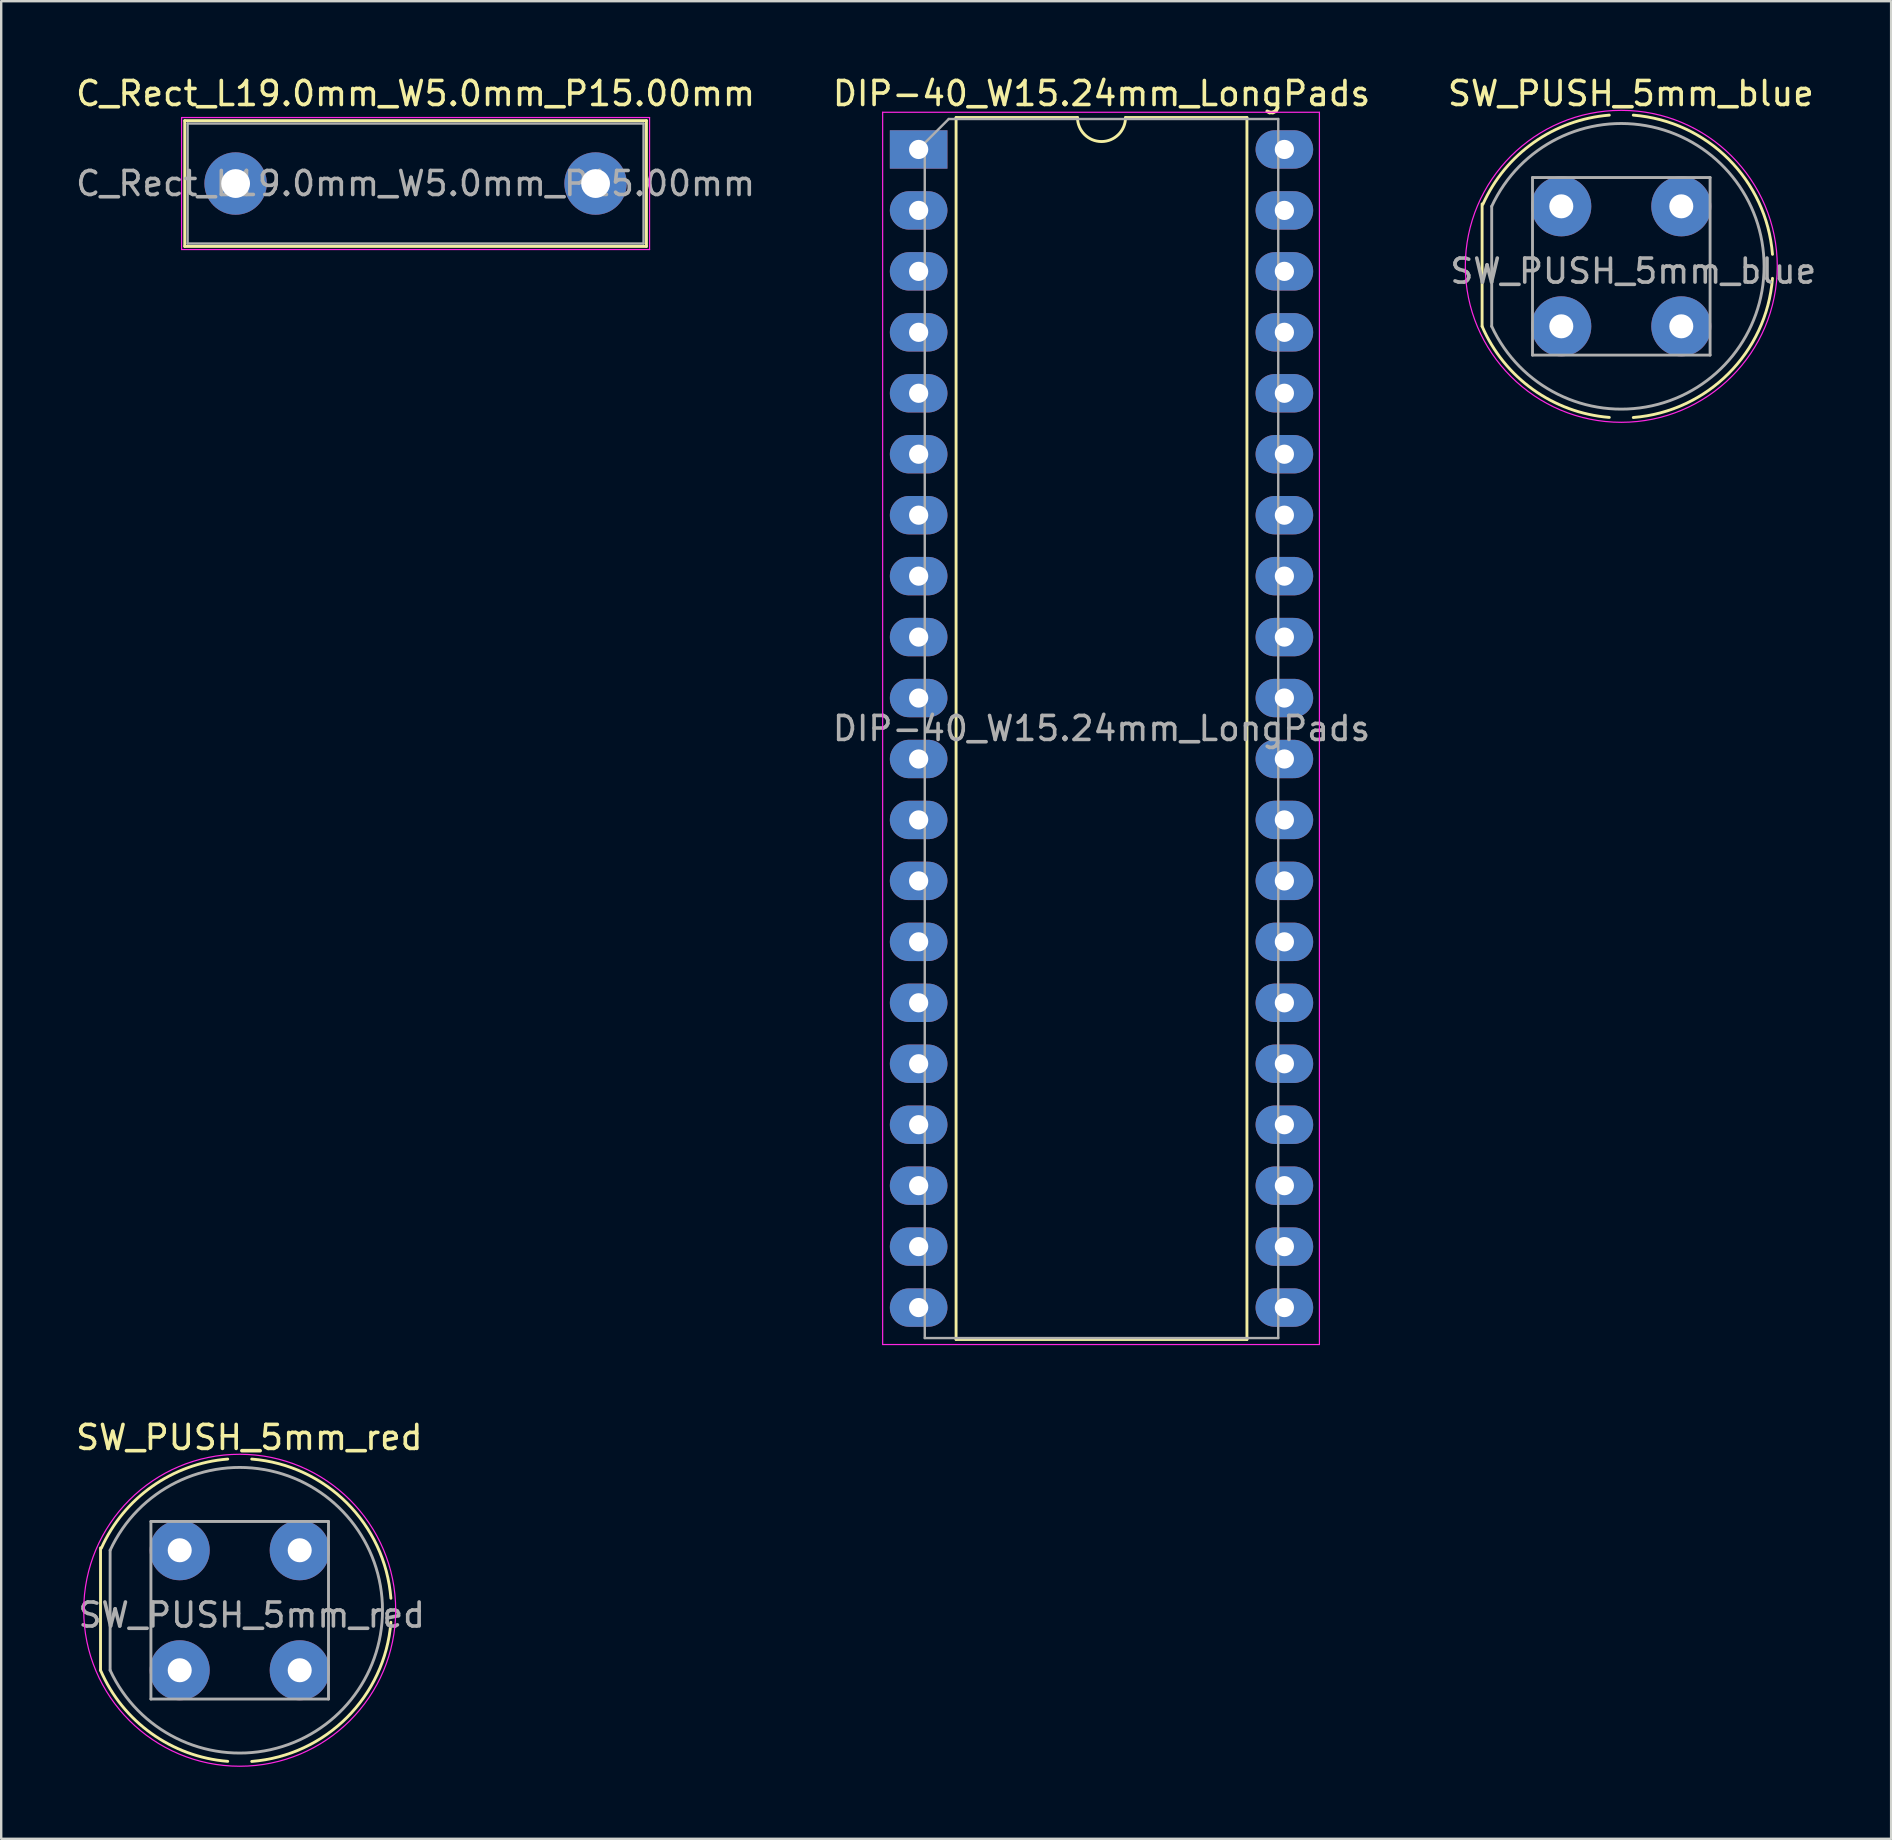
<source format=kicad_pcb>
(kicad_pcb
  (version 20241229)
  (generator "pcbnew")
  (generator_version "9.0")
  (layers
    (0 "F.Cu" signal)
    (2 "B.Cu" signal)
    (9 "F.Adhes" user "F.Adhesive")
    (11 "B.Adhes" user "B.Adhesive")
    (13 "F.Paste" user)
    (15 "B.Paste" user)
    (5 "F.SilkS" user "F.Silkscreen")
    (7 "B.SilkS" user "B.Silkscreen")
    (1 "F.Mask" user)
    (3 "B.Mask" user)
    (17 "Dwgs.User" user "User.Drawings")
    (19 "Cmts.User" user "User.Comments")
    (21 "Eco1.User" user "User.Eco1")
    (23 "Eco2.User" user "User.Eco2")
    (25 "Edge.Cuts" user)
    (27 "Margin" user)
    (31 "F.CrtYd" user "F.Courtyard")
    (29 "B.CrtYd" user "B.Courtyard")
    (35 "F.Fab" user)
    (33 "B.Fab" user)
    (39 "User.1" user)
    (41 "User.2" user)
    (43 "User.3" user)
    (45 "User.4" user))
  (footprint "DIP-40_W15.24mm_LongPads"
    (layer "F.Cu")
    (at 35.231 3.178)
    (property "Reference" "DIP-40_W15.24mm_LongPads" (at 7.62 -2.33 0) (layer "F.SilkS") (effects (font (size 1 1) (thickness 0.15))))
    (attr through_hole)
    (fp_line (start 1.56 -1.33) (end 1.56 49.59) (stroke (width 0.12) (type solid)) (layer "F.SilkS"))
    (fp_line (start 1.56 49.59) (end 13.68 49.59) (stroke (width 0.12) (type solid)) (layer "F.SilkS"))
    (fp_line (start 6.62 -1.33) (end 1.56 -1.33) (stroke (width 0.12) (type solid)) (layer "F.SilkS"))
    (fp_line (start 13.68 -1.33) (end 8.62 -1.33) (stroke (width 0.12) (type solid)) (layer "F.SilkS"))
    (fp_line (start 13.68 49.59) (end 13.68 -1.33) (stroke (width 0.12) (type solid)) (layer "F.SilkS"))
    (fp_arc (start 8.62 -1.33) (mid 7.62 -0.33) (end 6.62 -1.33) (stroke (width 0.12) (type solid)) (layer "F.SilkS"))
    (fp_line (start -1.5 -1.55) (end -1.5 49.8) (stroke (width 0.05) (type solid)) (layer "F.CrtYd"))
    (fp_line (start -1.5 49.8) (end 16.7 49.8) (stroke (width 0.05) (type solid)) (layer "F.CrtYd"))
    (fp_line (start 16.7 -1.55) (end -1.5 -1.55) (stroke (width 0.05) (type solid)) (layer "F.CrtYd"))
    (fp_line (start 16.7 49.8) (end 16.7 -1.55) (stroke (width 0.05) (type solid)) (layer "F.CrtYd"))
    (fp_line (start 0.255 -0.27) (end 1.255 -1.27) (stroke (width 0.1) (type solid)) (layer "F.Fab"))
    (fp_line (start 0.255 49.53) (end 0.255 -0.27) (stroke (width 0.1) (type solid)) (layer "F.Fab"))
    (fp_line (start 1.255 -1.27) (end 14.985 -1.27) (stroke (width 0.1) (type solid)) (layer "F.Fab"))
    (fp_line (start 14.985 -1.27) (end 14.985 49.53) (stroke (width 0.1) (type solid)) (layer "F.Fab"))
    (fp_line (start 14.985 49.53) (end 0.255 49.53) (stroke (width 0.1) (type solid)) (layer "F.Fab"))
    (fp_text user "${REFERENCE}" (at 7.62 24.13 0) (layer "F.Fab") (effects (font (size 1 1) (thickness 0.15))))
    (pad "1" thru_hole rect (at 0 0) (size 2.4 1.6) (drill 0.8) (layers "*.Cu" "*.Mask"))
    (pad "2" thru_hole oval (at 0 2.54) (size 2.4 1.6) (drill 0.8) (layers "*.Cu" "*.Mask"))
    (pad "3" thru_hole oval (at 0 5.08) (size 2.4 1.6) (drill 0.8) (layers "*.Cu" "*.Mask"))
    (pad "4" thru_hole oval (at 0 7.62) (size 2.4 1.6) (drill 0.8) (layers "*.Cu" "*.Mask"))
    (pad "5" thru_hole oval (at 0 10.16) (size 2.4 1.6) (drill 0.8) (layers "*.Cu" "*.Mask"))
    (pad "6" thru_hole oval (at 0 12.7) (size 2.4 1.6) (drill 0.8) (layers "*.Cu" "*.Mask"))
    (pad "7" thru_hole oval (at 0 15.24) (size 2.4 1.6) (drill 0.8) (layers "*.Cu" "*.Mask"))
    (pad "8" thru_hole oval (at 0 17.78) (size 2.4 1.6) (drill 0.8) (layers "*.Cu" "*.Mask"))
    (pad "9" thru_hole oval (at 0 20.32) (size 2.4 1.6) (drill 0.8) (layers "*.Cu" "*.Mask"))
    (pad "10" thru_hole oval (at 0 22.86) (size 2.4 1.6) (drill 0.8) (layers "*.Cu" "*.Mask"))
    (pad "11" thru_hole oval (at 0 25.4) (size 2.4 1.6) (drill 0.8) (layers "*.Cu" "*.Mask"))
    (pad "12" thru_hole oval (at 0 27.94) (size 2.4 1.6) (drill 0.8) (layers "*.Cu" "*.Mask"))
    (pad "13" thru_hole oval (at 0 30.48) (size 2.4 1.6) (drill 0.8) (layers "*.Cu" "*.Mask"))
    (pad "14" thru_hole oval (at 0 33.02) (size 2.4 1.6) (drill 0.8) (layers "*.Cu" "*.Mask"))
    (pad "15" thru_hole oval (at 0 35.56) (size 2.4 1.6) (drill 0.8) (layers "*.Cu" "*.Mask"))
    (pad "16" thru_hole oval (at 0 38.1) (size 2.4 1.6) (drill 0.8) (layers "*.Cu" "*.Mask"))
    (pad "17" thru_hole oval (at 0 40.64) (size 2.4 1.6) (drill 0.8) (layers "*.Cu" "*.Mask"))
    (pad "18" thru_hole oval (at 0 43.18) (size 2.4 1.6) (drill 0.8) (layers "*.Cu" "*.Mask"))
    (pad "19" thru_hole oval (at 0 45.72) (size 2.4 1.6) (drill 0.8) (layers "*.Cu" "*.Mask"))
    (pad "20" thru_hole oval (at 0 48.26) (size 2.4 1.6) (drill 0.8) (layers "*.Cu" "*.Mask"))
    (pad "21" thru_hole oval (at 15.24 48.26) (size 2.4 1.6) (drill 0.8) (layers "*.Cu" "*.Mask"))
    (pad "22" thru_hole oval (at 15.24 45.72) (size 2.4 1.6) (drill 0.8) (layers "*.Cu" "*.Mask"))
    (pad "23" thru_hole oval (at 15.24 43.18) (size 2.4 1.6) (drill 0.8) (layers "*.Cu" "*.Mask"))
    (pad "24" thru_hole oval (at 15.24 40.64) (size 2.4 1.6) (drill 0.8) (layers "*.Cu" "*.Mask"))
    (pad "25" thru_hole oval (at 15.24 38.1) (size 2.4 1.6) (drill 0.8) (layers "*.Cu" "*.Mask"))
    (pad "26" thru_hole oval (at 15.24 35.56) (size 2.4 1.6) (drill 0.8) (layers "*.Cu" "*.Mask"))
    (pad "27" thru_hole oval (at 15.24 33.02) (size 2.4 1.6) (drill 0.8) (layers "*.Cu" "*.Mask"))
    (pad "28" thru_hole oval (at 15.24 30.48) (size 2.4 1.6) (drill 0.8) (layers "*.Cu" "*.Mask"))
    (pad "29" thru_hole oval (at 15.24 27.94) (size 2.4 1.6) (drill 0.8) (layers "*.Cu" "*.Mask"))
    (pad "30" thru_hole oval (at 15.24 25.4) (size 2.4 1.6) (drill 0.8) (layers "*.Cu" "*.Mask"))
    (pad "31" thru_hole oval (at 15.24 22.86) (size 2.4 1.6) (drill 0.8) (layers "*.Cu" "*.Mask"))
    (pad "32" thru_hole oval (at 15.24 20.32) (size 2.4 1.6) (drill 0.8) (layers "*.Cu" "*.Mask"))
    (pad "33" thru_hole oval (at 15.24 17.78) (size 2.4 1.6) (drill 0.8) (layers "*.Cu" "*.Mask"))
    (pad "34" thru_hole oval (at 15.24 15.24) (size 2.4 1.6) (drill 0.8) (layers "*.Cu" "*.Mask"))
    (pad "35" thru_hole oval (at 15.24 12.7) (size 2.4 1.6) (drill 0.8) (layers "*.Cu" "*.Mask"))
    (pad "36" thru_hole oval (at 15.24 10.16) (size 2.4 1.6) (drill 0.8) (layers "*.Cu" "*.Mask"))
    (pad "37" thru_hole oval (at 15.24 7.62) (size 2.4 1.6) (drill 0.8) (layers "*.Cu" "*.Mask"))
    (pad "38" thru_hole oval (at 15.24 5.08) (size 2.4 1.6) (drill 0.8) (layers "*.Cu" "*.Mask"))
    (pad "39" thru_hole oval (at 15.24 2.54) (size 2.4 1.6) (drill 0.8) (layers "*.Cu" "*.Mask"))
    (pad "40" thru_hole oval (at 15.24 0) (size 2.4 1.6) (drill 0.8) (layers "*.Cu" "*.Mask")))
  (footprint "SW_PUSH_5mm_red"
    (layer "F.Cu")
    (at 4.439 61.551)
    (property "Reference" "SW_PUSH_5mm_red" (at 2.9 -4.7 0) (layer "F.SilkS") (effects (font (size 1 1) (thickness 0.15))))
    (attr through_hole)
    (fp_line (start -3.3 -0.1) (end -3.3 5) (stroke (width 0.12) (type solid)) (layer "F.SilkS"))
    (fp_arc (start -3.266886 -0.085156) (mid -1.142593 -2.664448) (end 2 -3.8) (stroke (width 0.12) (type solid)) (layer "F.SilkS"))
    (fp_arc (start 2.000311 8.796055) (mid -1.177503 7.63478) (end -3.3 5) (stroke (width 0.12) (type solid)) (layer "F.SilkS"))
    (fp_arc (start 3 -3.8) (mid 6.968781 -1.968781) (end 8.8 2) (stroke (width 0.12) (type solid)) (layer "F.SilkS"))
    (fp_arc (start 8.8 3) (mid 6.968781 6.968781) (end 3 8.8) (stroke (width 0.12) (type solid)) (layer "F.SilkS"))
    (fp_circle (center 2.5 2.5) (end 9 2.5) (stroke (width 0.05) (type solid)) (fill no) (layer "F.CrtYd"))
    (fp_line (start -2.9 0) (end -2.9 5) (stroke (width 0.12) (type solid)) (layer "F.Fab"))
    (fp_line (start -1.2 -1.2) (end 6.2 -1.2) (stroke (width 0.12) (type solid)) (layer "F.Fab"))
    (fp_line (start -1.2 6.2) (end -1.2 -1.2) (stroke (width 0.12) (type solid)) (layer "F.Fab"))
    (fp_line (start 6.2 -1.2) (end 6.2 6.2) (stroke (width 0.12) (type solid)) (layer "F.Fab"))
    (fp_line (start 6.2 6.2) (end -1.2 6.2) (stroke (width 0.12) (type solid)) (layer "F.Fab"))
    (fp_arc (start -2.900001 0.000001) (mid 8.450631 2.499999) (end -2.9 5) (stroke (width 0.12) (type solid)) (layer "F.Fab"))
    (fp_text user "${REFERENCE}" (at 3 2.7 0) (layer "F.Fab") (effects (font (size 1 1) (thickness 0.15))))
    (pad "1" thru_hole circle (at 0 0 90) (size 2.5 2.5) (drill 1) (layers "*.Cu" "*.Mask"))
    (pad "1" thru_hole circle (at 5 0 90) (size 2.5 2.5) (drill 1) (layers "*.Cu" "*.Mask"))
    (pad "2" thru_hole circle (at 0 5 90) (size 2.5 2.5) (drill 1) (layers "*.Cu" "*.Mask"))
    (pad "2" thru_hole circle (at 5 5 90) (size 2.5 2.5) (drill 1) (layers "*.Cu" "*.Mask")))
  (footprint "C_Rect_L19.0mm_W5.0mm_P15.00mm"
    (layer "F.Cu")
    (at 6.768 4.598)
    (property "Reference" "C_Rect_L19.0mm_W5.0mm_P15.00mm" (at 7.5 -3.75 0) (layer "F.SilkS") (effects (font (size 1 1) (thickness 0.15))))
    (attr through_hole)
    (fp_line (start -2.12 -2.62) (end -2.12 2.62) (stroke (width 0.12) (type solid)) (layer "F.SilkS"))
    (fp_line (start -2.12 -2.62) (end 17.12 -2.62) (stroke (width 0.12) (type solid)) (layer "F.SilkS"))
    (fp_line (start -2.12 2.62) (end 17.12 2.62) (stroke (width 0.12) (type solid)) (layer "F.SilkS"))
    (fp_line (start 17.12 -2.62) (end 17.12 2.62) (stroke (width 0.12) (type solid)) (layer "F.SilkS"))
    (fp_line (start -2.25 -2.75) (end -2.25 2.75) (stroke (width 0.05) (type solid)) (layer "F.CrtYd"))
    (fp_line (start -2.25 2.75) (end 17.25 2.75) (stroke (width 0.05) (type solid)) (layer "F.CrtYd"))
    (fp_line (start 17.25 -2.75) (end -2.25 -2.75) (stroke (width 0.05) (type solid)) (layer "F.CrtYd"))
    (fp_line (start 17.25 2.75) (end 17.25 -2.75) (stroke (width 0.05) (type solid)) (layer "F.CrtYd"))
    (fp_line (start -2 -2.5) (end -2 2.5) (stroke (width 0.1) (type solid)) (layer "F.Fab"))
    (fp_line (start -2 2.5) (end 17 2.5) (stroke (width 0.1) (type solid)) (layer "F.Fab"))
    (fp_line (start 17 -2.5) (end -2 -2.5) (stroke (width 0.1) (type solid)) (layer "F.Fab"))
    (fp_line (start 17 2.5) (end 17 -2.5) (stroke (width 0.1) (type solid)) (layer "F.Fab"))
    (fp_text user "${REFERENCE}" (at 7.5 0 0) (layer "F.Fab") (effects (font (size 1 1) (thickness 0.15))))
    (pad "1" thru_hole circle (at 0 0) (size 2.6 2.6) (drill 1.2) (layers "*.Cu" "*.Mask"))
    (pad "2" thru_hole circle (at 15 0) (size 2.6 2.6) (drill 1.2) (layers "*.Cu" "*.Mask")))
  (footprint "SW_PUSH_5mm_blue"
    (layer "F.Cu")
    (at 62.011 5.548)
    (property "Reference" "SW_PUSH_5mm_blue" (at 2.9 -4.7 0) (layer "F.SilkS") (effects (font (size 1 1) (thickness 0.15))))
    (attr through_hole)
    (fp_line (start -3.3 -0.1) (end -3.3 5) (stroke (width 0.12) (type solid)) (layer "F.SilkS"))
    (fp_arc (start -3.266886 -0.085156) (mid -1.142593 -2.664448) (end 2 -3.8) (stroke (width 0.12) (type solid)) (layer "F.SilkS"))
    (fp_arc (start 2.000311 8.796055) (mid -1.177503 7.63478) (end -3.3 5) (stroke (width 0.12) (type solid)) (layer "F.SilkS"))
    (fp_arc (start 3 -3.8) (mid 6.968781 -1.968781) (end 8.8 2) (stroke (width 0.12) (type solid)) (layer "F.SilkS"))
    (fp_arc (start 8.8 3) (mid 6.968781 6.968781) (end 3 8.8) (stroke (width 0.12) (type solid)) (layer "F.SilkS"))
    (fp_circle (center 2.5 2.5) (end 9 2.5) (stroke (width 0.05) (type solid)) (fill no) (layer "F.CrtYd"))
    (fp_line (start -2.9 0) (end -2.9 5) (stroke (width 0.12) (type solid)) (layer "F.Fab"))
    (fp_line (start -1.2 -1.2) (end 6.2 -1.2) (stroke (width 0.12) (type solid)) (layer "F.Fab"))
    (fp_line (start -1.2 6.2) (end -1.2 -1.2) (stroke (width 0.12) (type solid)) (layer "F.Fab"))
    (fp_line (start 6.2 -1.2) (end 6.2 6.2) (stroke (width 0.12) (type solid)) (layer "F.Fab"))
    (fp_line (start 6.2 6.2) (end -1.2 6.2) (stroke (width 0.12) (type solid)) (layer "F.Fab"))
    (fp_arc (start -2.900001 0.000001) (mid 8.450631 2.499999) (end -2.9 5) (stroke (width 0.12) (type solid)) (layer "F.Fab"))
    (fp_text user "${REFERENCE}" (at 3 2.7 0) (layer "F.Fab") (effects (font (size 1 1) (thickness 0.15))))
    (pad "1" thru_hole circle (at 0 0 90) (size 2.5 2.5) (drill 1) (layers "*.Cu" "*.Mask"))
    (pad "1" thru_hole circle (at 5 0 90) (size 2.5 2.5) (drill 1) (layers "*.Cu" "*.Mask"))
    (pad "2" thru_hole circle (at 0 5 90) (size 2.5 2.5) (drill 1) (layers "*.Cu" "*.Mask"))
    (pad "2" thru_hole circle (at 5 5 90) (size 2.5 2.5) (drill 1) (layers "*.Cu" "*.Mask")))
  (gr_rect
    (start -3 -3)
    (end 75.755 73.576)
    (stroke (width 0.1) (type default))
    (fill no)
    (layer "Edge.Cuts")))
</source>
